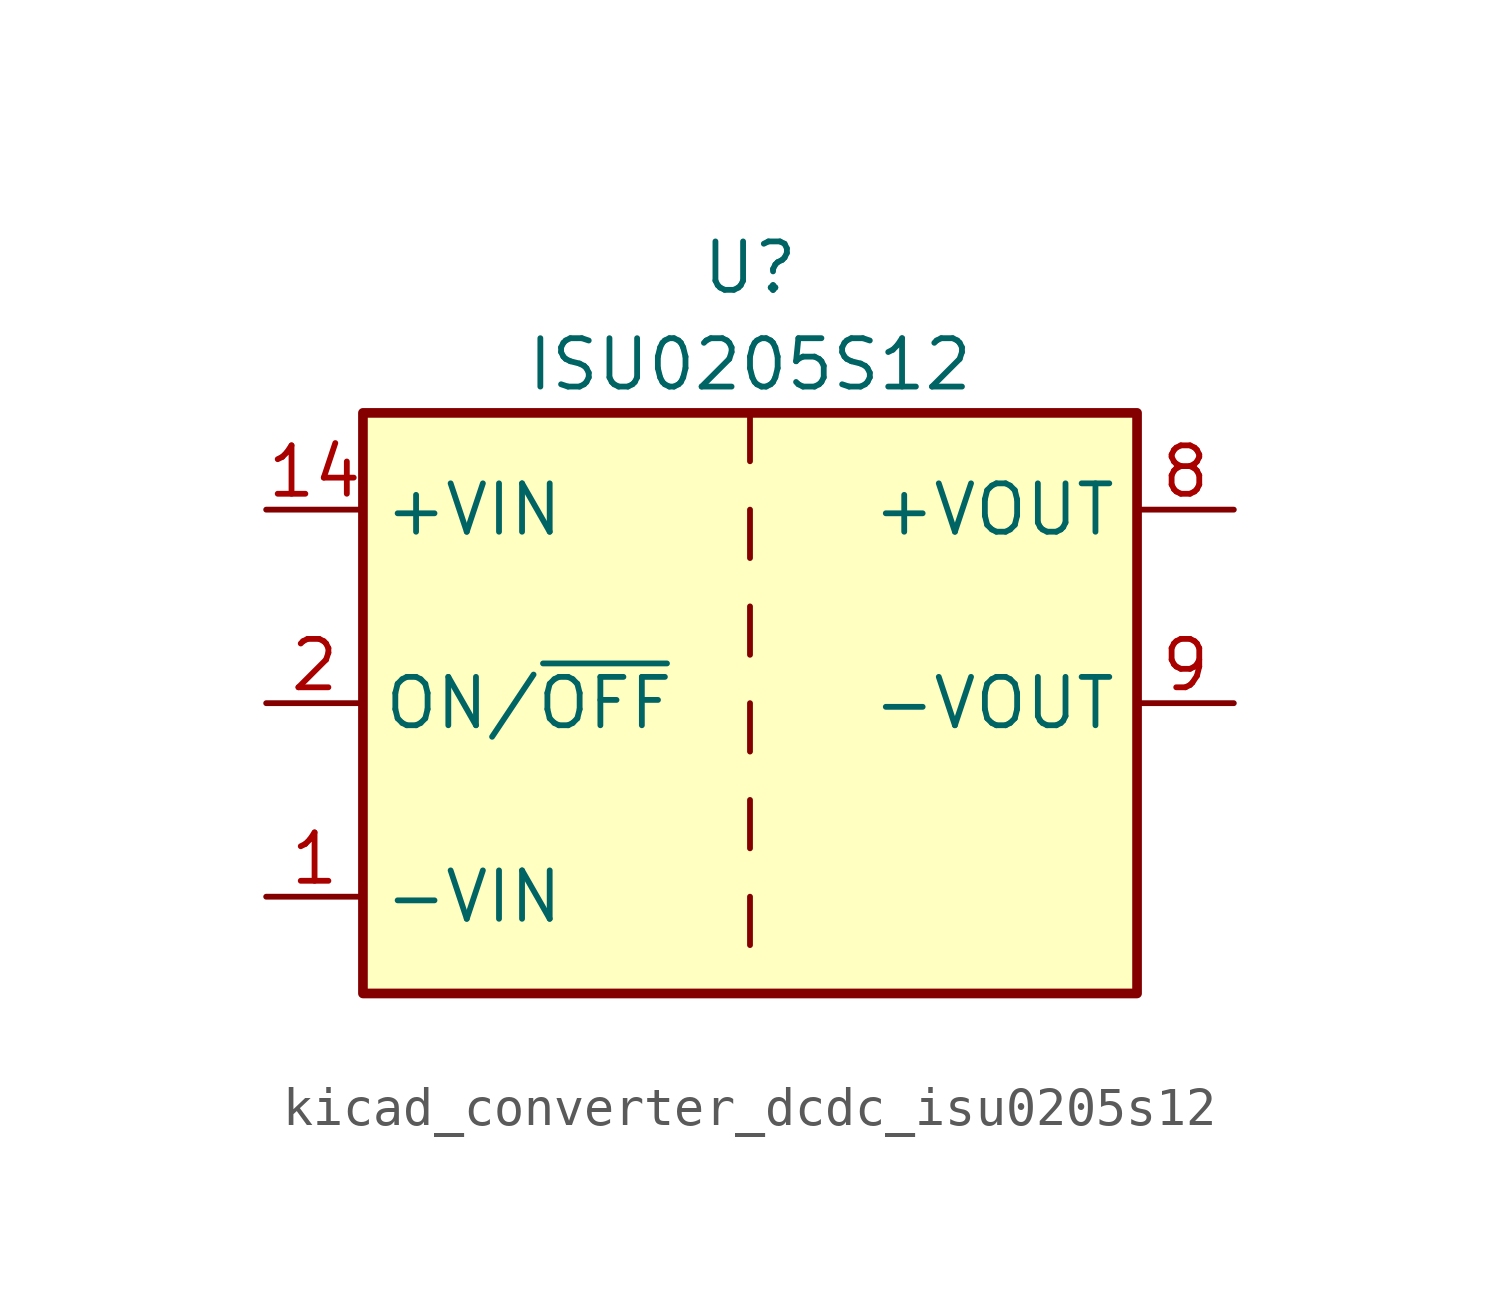
<source format=kicad_sym>
(kicad_symbol_lib
  (version 20220914)
  (generator kicad_symbol_editor)
  (symbol "kicad_converter_dcdc_isu0205s12"
    (property "Reference" "U"
      (at 0 11.43 0)
      (effects (font (size 1.27 1.27))))
    (property "Value" "ISU0205S12"
      (at 0 8.89 0)
      (effects (font (size 1.27 1.27))))
    (symbol "kicad_converter_dcdc_isu0205s12_0_1"
      (rectangle (start -10.16 7.62) (end 10.16 -7.62) (stroke (width 0.254) (type default)) (fill (type background)))
      (polyline (pts (xy 0 -5.08) (xy 0 -6.35)) (stroke (width 0) (type default)) (fill (type none)))
      (polyline (pts (xy 0 -2.54) (xy 0 -3.81)) (stroke (width 0) (type default)) (fill (type none)))
      (polyline (pts (xy 0 0) (xy 0 -1.27)) (stroke (width 0) (type default)) (fill (type none)))
      (polyline (pts (xy 0 2.54) (xy 0 1.27)) (stroke (width 0) (type default)) (fill (type none)))
      (polyline (pts (xy 0 5.08) (xy 0 3.81)) (stroke (width 0) (type default)) (fill (type none)))
      (polyline (pts (xy 0 7.62) (xy 0 6.35)) (stroke (width 0) (type default)) (fill (type none))))
    (symbol "kicad_converter_dcdc_isu0205s12_1_1"
      (pin power_in line (at -12.7 -5.08 0) (length 2.54) (name "-VIN" (effects (font (size 1.27 1.27)))) (number "1" (effects (font (size 1.27 1.27)))))
      (pin power_in line (at -12.7 5.08 0) (length 2.54) (name "+VIN" (effects (font (size 1.27 1.27)))) (number "14" (effects (font (size 1.27 1.27)))))
      (pin input line (at -12.7 0 0) (length 2.54) (name "ON/~{OFF}" (effects (font (size 1.27 1.27)))) (number "2" (effects (font (size 1.27 1.27)))))
      (pin no_connect line (at 10.16 -2.54 180) (length 2.54) hide (name "NC" (effects (font (size 1.27 1.27)))) (number "6" (effects (font (size 1.27 1.27)))))
      (pin no_connect line (at 10.16 -5.08 180) (length 2.54) hide (name "NC" (effects (font (size 1.27 1.27)))) (number "7" (effects (font (size 1.27 1.27)))))
      (pin power_out line (at 12.7 5.08 180) (length 2.54) (name "+VOUT" (effects (font (size 1.27 1.27)))) (number "8" (effects (font (size 1.27 1.27)))))
      (pin power_out line (at 12.7 0 180) (length 2.54) (name "-VOUT" (effects (font (size 1.27 1.27)))) (number "9" (effects (font (size 1.27 1.27))))))))
</source>
